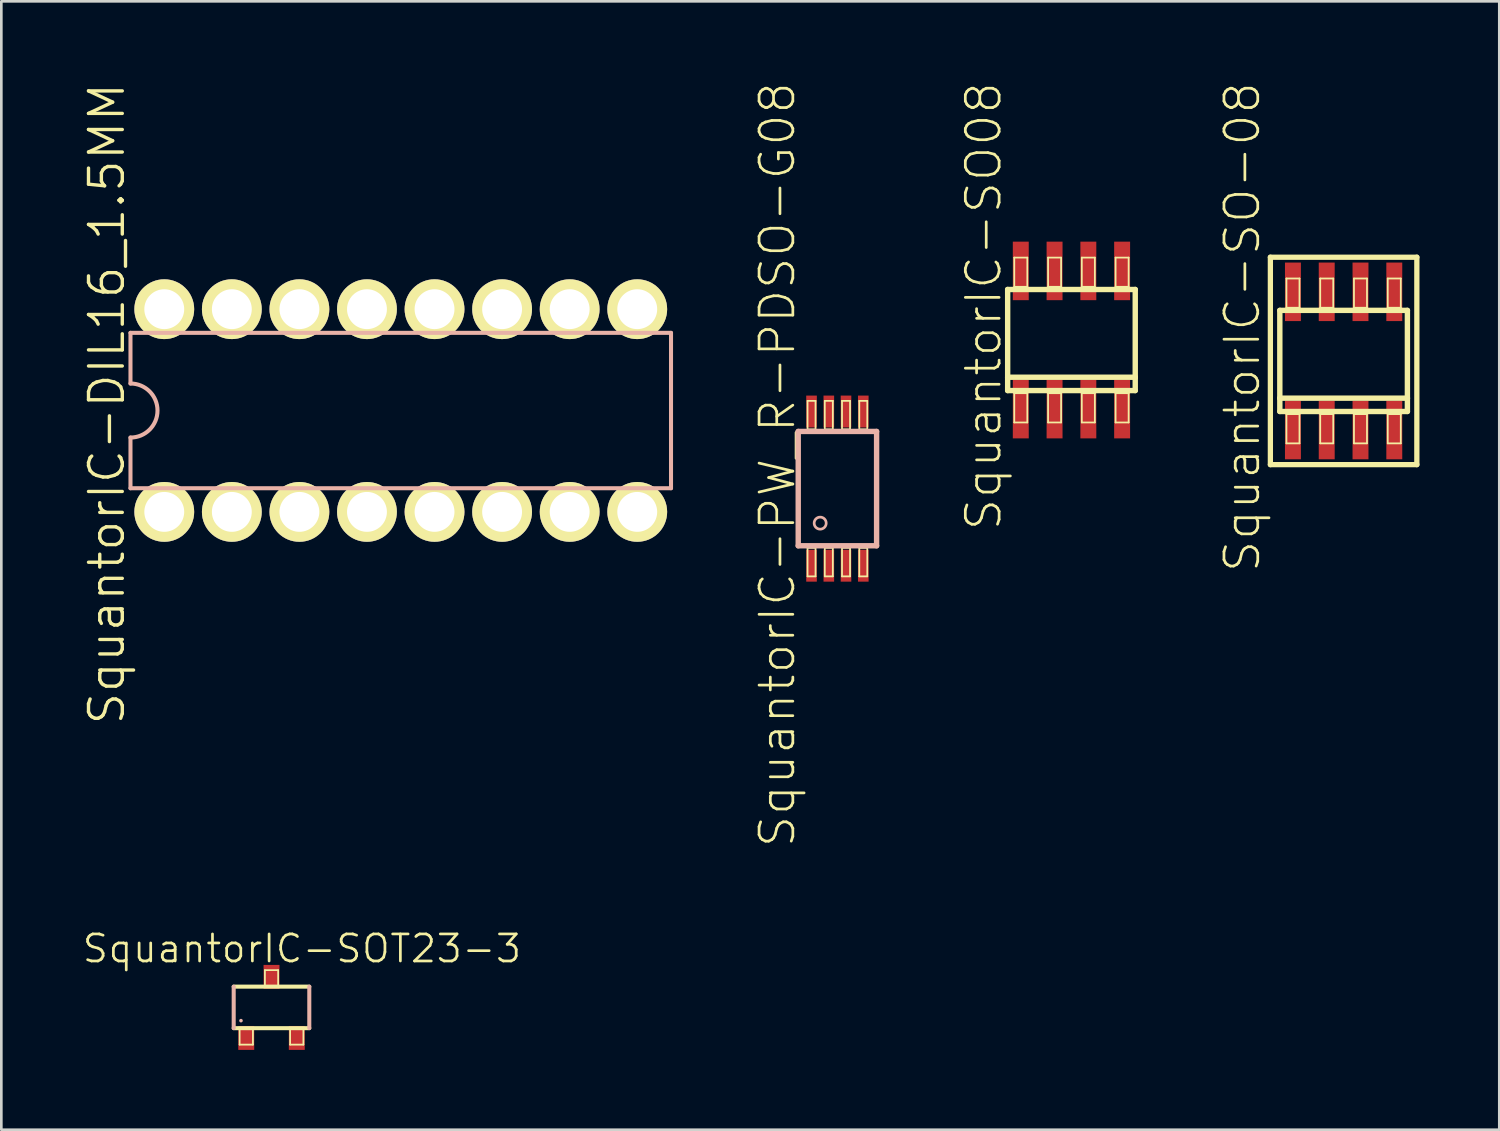
<source format=kicad_pcb>
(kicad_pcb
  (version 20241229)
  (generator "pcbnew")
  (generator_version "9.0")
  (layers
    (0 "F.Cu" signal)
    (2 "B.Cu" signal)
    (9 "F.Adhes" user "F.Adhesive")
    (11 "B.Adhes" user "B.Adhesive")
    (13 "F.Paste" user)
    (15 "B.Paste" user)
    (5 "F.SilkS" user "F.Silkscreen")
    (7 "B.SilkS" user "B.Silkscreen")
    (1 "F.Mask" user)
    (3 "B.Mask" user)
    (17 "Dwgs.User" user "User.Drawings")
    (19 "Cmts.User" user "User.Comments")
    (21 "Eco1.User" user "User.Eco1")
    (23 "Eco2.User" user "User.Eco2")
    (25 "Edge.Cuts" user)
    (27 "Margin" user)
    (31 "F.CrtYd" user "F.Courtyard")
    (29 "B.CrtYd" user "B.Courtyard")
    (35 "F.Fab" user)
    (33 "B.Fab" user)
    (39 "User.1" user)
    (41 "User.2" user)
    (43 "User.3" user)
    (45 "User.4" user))
  (footprint "SquantorIC-SO08"
    (layer "F.Cu")
    (at 37.228 9.732)
    (property "Reference" "SquantorIC-SO08" (at -3.302 -1.27 90) (layer "F.SilkS") (effects (font (size 1.27 1.27) (thickness 0.102))))
    (attr smd)
    (fp_line (start -2.398 -1.9) (end 2.398 -1.9) (stroke (width 0.203) (type solid)) (layer "F.SilkS"))
    (fp_line (start -2.398 1.4) (end -2.398 -1.9) (stroke (width 0.203) (type solid)) (layer "F.SilkS"))
    (fp_line (start -2.398 1.9) (end -2.398 1.4) (stroke (width 0.203) (type solid)) (layer "F.SilkS"))
    (fp_line (start -2.149 -3.099) (end -1.659 -3.099) (stroke (width 0.066) (type solid)) (layer "F.SilkS"))
    (fp_line (start -2.149 -1.999) (end -2.149 -3.099) (stroke (width 0.066) (type solid)) (layer "F.SilkS"))
    (fp_line (start -2.149 -1.999) (end -1.659 -1.999) (stroke (width 0.066) (type solid)) (layer "F.SilkS"))
    (fp_line (start -2.149 1.999) (end -1.659 1.999) (stroke (width 0.066) (type solid)) (layer "F.SilkS"))
    (fp_line (start -2.149 3.099) (end -2.149 1.999) (stroke (width 0.066) (type solid)) (layer "F.SilkS"))
    (fp_line (start -2.149 3.099) (end -1.659 3.099) (stroke (width 0.066) (type solid)) (layer "F.SilkS"))
    (fp_line (start -1.659 -1.999) (end -1.659 -3.099) (stroke (width 0.066) (type solid)) (layer "F.SilkS"))
    (fp_line (start -1.659 3.099) (end -1.659 1.999) (stroke (width 0.066) (type solid)) (layer "F.SilkS"))
    (fp_line (start -0.879 -3.099) (end -0.389 -3.099) (stroke (width 0.066) (type solid)) (layer "F.SilkS"))
    (fp_line (start -0.879 -1.999) (end -0.879 -3.099) (stroke (width 0.066) (type solid)) (layer "F.SilkS"))
    (fp_line (start -0.879 -1.999) (end -0.389 -1.999) (stroke (width 0.066) (type solid)) (layer "F.SilkS"))
    (fp_line (start -0.879 1.999) (end -0.389 1.999) (stroke (width 0.066) (type solid)) (layer "F.SilkS"))
    (fp_line (start -0.879 3.099) (end -0.879 1.999) (stroke (width 0.066) (type solid)) (layer "F.SilkS"))
    (fp_line (start -0.879 3.099) (end -0.389 3.099) (stroke (width 0.066) (type solid)) (layer "F.SilkS"))
    (fp_line (start -0.389 -1.999) (end -0.389 -3.099) (stroke (width 0.066) (type solid)) (layer "F.SilkS"))
    (fp_line (start -0.389 3.099) (end -0.389 1.999) (stroke (width 0.066) (type solid)) (layer "F.SilkS"))
    (fp_line (start 0.389 -3.099) (end 0.879 -3.099) (stroke (width 0.066) (type solid)) (layer "F.SilkS"))
    (fp_line (start 0.389 -1.999) (end 0.389 -3.099) (stroke (width 0.066) (type solid)) (layer "F.SilkS"))
    (fp_line (start 0.389 -1.999) (end 0.879 -1.999) (stroke (width 0.066) (type solid)) (layer "F.SilkS"))
    (fp_line (start 0.389 1.999) (end 0.879 1.999) (stroke (width 0.066) (type solid)) (layer "F.SilkS"))
    (fp_line (start 0.389 3.099) (end 0.389 1.999) (stroke (width 0.066) (type solid)) (layer "F.SilkS"))
    (fp_line (start 0.389 3.099) (end 0.879 3.099) (stroke (width 0.066) (type solid)) (layer "F.SilkS"))
    (fp_line (start 0.879 -1.999) (end 0.879 -3.099) (stroke (width 0.066) (type solid)) (layer "F.SilkS"))
    (fp_line (start 0.879 3.099) (end 0.879 1.999) (stroke (width 0.066) (type solid)) (layer "F.SilkS"))
    (fp_line (start 1.659 -3.099) (end 2.149 -3.099) (stroke (width 0.066) (type solid)) (layer "F.SilkS"))
    (fp_line (start 1.659 -1.999) (end 1.659 -3.099) (stroke (width 0.066) (type solid)) (layer "F.SilkS"))
    (fp_line (start 1.659 -1.999) (end 2.149 -1.999) (stroke (width 0.066) (type solid)) (layer "F.SilkS"))
    (fp_line (start 1.659 1.999) (end 2.149 1.999) (stroke (width 0.066) (type solid)) (layer "F.SilkS"))
    (fp_line (start 1.659 3.099) (end 1.659 1.999) (stroke (width 0.066) (type solid)) (layer "F.SilkS"))
    (fp_line (start 1.659 3.099) (end 2.149 3.099) (stroke (width 0.066) (type solid)) (layer "F.SilkS"))
    (fp_line (start 2.149 -1.999) (end 2.149 -3.099) (stroke (width 0.066) (type solid)) (layer "F.SilkS"))
    (fp_line (start 2.149 3.099) (end 2.149 1.999) (stroke (width 0.066) (type solid)) (layer "F.SilkS"))
    (fp_line (start 2.398 -1.9) (end 2.398 1.4) (stroke (width 0.203) (type solid)) (layer "F.SilkS"))
    (fp_line (start 2.398 1.4) (end -2.398 1.4) (stroke (width 0.203) (type solid)) (layer "F.SilkS"))
    (fp_line (start 2.398 1.4) (end 2.398 1.9) (stroke (width 0.203) (type solid)) (layer "F.SilkS"))
    (fp_line (start 2.398 1.9) (end -2.398 1.9) (stroke (width 0.203) (type solid)) (layer "F.SilkS"))
    (pad "1" smd rect (at -1.905 2.598) (size 0.599 2.2) (layers "F.Cu" "F.Mask" "F.Paste"))
    (pad "2" smd rect (at -0.635 2.598) (size 0.599 2.2) (layers "F.Cu" "F.Mask" "F.Paste"))
    (pad "3" smd rect (at 0.635 2.598) (size 0.599 2.2) (layers "F.Cu" "F.Mask" "F.Paste"))
    (pad "4" smd rect (at 1.905 2.598) (size 0.599 2.2) (layers "F.Cu" "F.Mask" "F.Paste"))
    (pad "5" smd rect (at 1.905 -2.598) (size 0.599 2.2) (layers "F.Cu" "F.Mask" "F.Paste"))
    (pad "6" smd rect (at 0.635 -2.598) (size 0.599 2.2) (layers "F.Cu" "F.Mask" "F.Paste"))
    (pad "7" smd rect (at -0.635 -2.598) (size 0.599 2.2) (layers "F.Cu" "F.Mask" "F.Paste"))
    (pad "8" smd rect (at -1.905 -2.598) (size 0.599 2.2) (layers "F.Cu" "F.Mask" "F.Paste")))
  (footprint "SquantorIC-SOT23-3"
    (layer "F.Cu")
    (at 7.157 34.82)
    (property "Reference" "SquantorIC-SOT23-3" (at 1.143 -2.21 0) (layer "F.SilkS") (effects (font (size 1.016 1.016) (thickness 0.102))))
    (attr smd)
    (fp_line (start -1.422 -0.78) (end 1.42 -0.78) (stroke (width 0.152) (type solid)) (layer "F.SilkS"))
    (fp_line (start -1.199 0.798) (end -0.699 0.798) (stroke (width 0.066) (type solid)) (layer "F.SilkS"))
    (fp_line (start -1.199 1.4) (end -1.199 0.798) (stroke (width 0.066) (type solid)) (layer "F.SilkS"))
    (fp_line (start -1.199 1.4) (end -0.699 1.4) (stroke (width 0.066) (type solid)) (layer "F.SilkS"))
    (fp_line (start -0.699 1.4) (end -0.699 0.798) (stroke (width 0.066) (type solid)) (layer "F.SilkS"))
    (fp_line (start -0.249 -1.4) (end 0.249 -1.4) (stroke (width 0.066) (type solid)) (layer "F.SilkS"))
    (fp_line (start -0.249 -0.798) (end -0.249 -1.4) (stroke (width 0.066) (type solid)) (layer "F.SilkS"))
    (fp_line (start -0.249 -0.798) (end 0.249 -0.798) (stroke (width 0.066) (type solid)) (layer "F.SilkS"))
    (fp_line (start 0.249 -0.798) (end 0.249 -1.4) (stroke (width 0.066) (type solid)) (layer "F.SilkS"))
    (fp_line (start 0.699 0.798) (end 1.199 0.798) (stroke (width 0.066) (type solid)) (layer "F.SilkS"))
    (fp_line (start 0.699 1.4) (end 0.699 0.798) (stroke (width 0.066) (type solid)) (layer "F.SilkS"))
    (fp_line (start 0.699 1.4) (end 1.199 1.4) (stroke (width 0.066) (type solid)) (layer "F.SilkS"))
    (fp_line (start 1.199 1.4) (end 1.199 0.798) (stroke (width 0.066) (type solid)) (layer "F.SilkS"))
    (fp_line (start 1.42 0.78) (end -1.422 0.78) (stroke (width 0.152) (type solid)) (layer "F.SilkS"))
    (fp_line (start -1.422 0.78) (end -1.422 -0.78) (stroke (width 0.152) (type solid)) (layer "B.SilkS"))
    (fp_line (start 1.42 -0.78) (end 1.42 0.78) (stroke (width 0.152) (type solid)) (layer "B.SilkS"))
    (fp_circle (center -1.148 0.498) (end -1.196 0.546) (stroke (width 0) (type solid)) (fill yes) (layer "B.SilkS"))
    (pad "1" smd rect (at -0.95 1.148) (size 0.599 0.899) (layers "F.Cu" "F.Mask" "F.Paste"))
    (pad "2" smd rect (at 0.95 1.148) (size 0.599 0.899) (layers "F.Cu" "F.Mask" "F.Paste"))
    (pad "3" smd rect (at 0 -1.148) (size 0.599 0.899) (layers "F.Cu" "F.Mask" "F.Paste")))
  (footprint "SquantorIC-SO-08"
    (layer "F.Cu")
    (at 47.459 10.518)
    (property "Reference" "SquantorIC-SO-08" (at -3.81 -1.27 90) (layer "F.SilkS") (effects (font (size 1.27 1.27) (thickness 0.102))))
    (attr smd)
    (fp_line (start -2.753 -3.899) (end 2.753 -3.899) (stroke (width 0.198) (type solid)) (layer "F.SilkS"))
    (fp_line (start -2.753 3.899) (end -2.753 -3.899) (stroke (width 0.198) (type solid)) (layer "F.SilkS"))
    (fp_line (start -2.398 -1.9) (end 2.398 -1.9) (stroke (width 0.203) (type solid)) (layer "F.SilkS"))
    (fp_line (start -2.398 1.4) (end -2.398 -1.9) (stroke (width 0.203) (type solid)) (layer "F.SilkS"))
    (fp_line (start -2.398 1.9) (end -2.398 1.4) (stroke (width 0.203) (type solid)) (layer "F.SilkS"))
    (fp_line (start -2.149 -3.099) (end -1.659 -3.099) (stroke (width 0.066) (type solid)) (layer "F.SilkS"))
    (fp_line (start -2.149 -1.999) (end -2.149 -3.099) (stroke (width 0.066) (type solid)) (layer "F.SilkS"))
    (fp_line (start -2.149 -1.999) (end -1.659 -1.999) (stroke (width 0.066) (type solid)) (layer "F.SilkS"))
    (fp_line (start -2.149 1.999) (end -1.659 1.999) (stroke (width 0.066) (type solid)) (layer "F.SilkS"))
    (fp_line (start -2.149 3.099) (end -2.149 1.999) (stroke (width 0.066) (type solid)) (layer "F.SilkS"))
    (fp_line (start -2.149 3.099) (end -1.659 3.099) (stroke (width 0.066) (type solid)) (layer "F.SilkS"))
    (fp_line (start -1.659 -1.999) (end -1.659 -3.099) (stroke (width 0.066) (type solid)) (layer "F.SilkS"))
    (fp_line (start -1.659 3.099) (end -1.659 1.999) (stroke (width 0.066) (type solid)) (layer "F.SilkS"))
    (fp_line (start -0.879 -3.099) (end -0.389 -3.099) (stroke (width 0.066) (type solid)) (layer "F.SilkS"))
    (fp_line (start -0.879 -1.999) (end -0.879 -3.099) (stroke (width 0.066) (type solid)) (layer "F.SilkS"))
    (fp_line (start -0.879 -1.999) (end -0.389 -1.999) (stroke (width 0.066) (type solid)) (layer "F.SilkS"))
    (fp_line (start -0.879 1.999) (end -0.389 1.999) (stroke (width 0.066) (type solid)) (layer "F.SilkS"))
    (fp_line (start -0.879 3.099) (end -0.879 1.999) (stroke (width 0.066) (type solid)) (layer "F.SilkS"))
    (fp_line (start -0.879 3.099) (end -0.389 3.099) (stroke (width 0.066) (type solid)) (layer "F.SilkS"))
    (fp_line (start -0.389 -1.999) (end -0.389 -3.099) (stroke (width 0.066) (type solid)) (layer "F.SilkS"))
    (fp_line (start -0.389 3.099) (end -0.389 1.999) (stroke (width 0.066) (type solid)) (layer "F.SilkS"))
    (fp_line (start 0.389 -3.099) (end 0.879 -3.099) (stroke (width 0.066) (type solid)) (layer "F.SilkS"))
    (fp_line (start 0.389 -1.999) (end 0.389 -3.099) (stroke (width 0.066) (type solid)) (layer "F.SilkS"))
    (fp_line (start 0.389 -1.999) (end 0.879 -1.999) (stroke (width 0.066) (type solid)) (layer "F.SilkS"))
    (fp_line (start 0.389 1.999) (end 0.879 1.999) (stroke (width 0.066) (type solid)) (layer "F.SilkS"))
    (fp_line (start 0.389 3.099) (end 0.389 1.999) (stroke (width 0.066) (type solid)) (layer "F.SilkS"))
    (fp_line (start 0.389 3.099) (end 0.879 3.099) (stroke (width 0.066) (type solid)) (layer "F.SilkS"))
    (fp_line (start 0.879 -1.999) (end 0.879 -3.099) (stroke (width 0.066) (type solid)) (layer "F.SilkS"))
    (fp_line (start 0.879 3.099) (end 0.879 1.999) (stroke (width 0.066) (type solid)) (layer "F.SilkS"))
    (fp_line (start 1.659 -3.099) (end 2.149 -3.099) (stroke (width 0.066) (type solid)) (layer "F.SilkS"))
    (fp_line (start 1.659 -1.999) (end 1.659 -3.099) (stroke (width 0.066) (type solid)) (layer "F.SilkS"))
    (fp_line (start 1.659 -1.999) (end 2.149 -1.999) (stroke (width 0.066) (type solid)) (layer "F.SilkS"))
    (fp_line (start 1.659 1.999) (end 2.149 1.999) (stroke (width 0.066) (type solid)) (layer "F.SilkS"))
    (fp_line (start 1.659 3.099) (end 1.659 1.999) (stroke (width 0.066) (type solid)) (layer "F.SilkS"))
    (fp_line (start 1.659 3.099) (end 2.149 3.099) (stroke (width 0.066) (type solid)) (layer "F.SilkS"))
    (fp_line (start 2.149 -1.999) (end 2.149 -3.099) (stroke (width 0.066) (type solid)) (layer "F.SilkS"))
    (fp_line (start 2.149 3.099) (end 2.149 1.999) (stroke (width 0.066) (type solid)) (layer "F.SilkS"))
    (fp_line (start 2.398 -1.9) (end 2.398 1.4) (stroke (width 0.203) (type solid)) (layer "F.SilkS"))
    (fp_line (start 2.398 1.4) (end -2.398 1.4) (stroke (width 0.203) (type solid)) (layer "F.SilkS"))
    (fp_line (start 2.398 1.4) (end 2.398 1.9) (stroke (width 0.203) (type solid)) (layer "F.SilkS"))
    (fp_line (start 2.398 1.9) (end -2.398 1.9) (stroke (width 0.203) (type solid)) (layer "F.SilkS"))
    (fp_line (start 2.753 -3.899) (end 2.753 3.899) (stroke (width 0.198) (type solid)) (layer "F.SilkS"))
    (fp_line (start 2.753 3.899) (end -2.753 3.899) (stroke (width 0.198) (type solid)) (layer "F.SilkS"))
    (pad "1" smd rect (at -1.905 2.598) (size 0.599 2.2) (layers "F.Cu" "F.Mask" "F.Paste"))
    (pad "2" smd rect (at -0.635 2.598) (size 0.599 2.2) (layers "F.Cu" "F.Mask" "F.Paste"))
    (pad "3" smd rect (at 0.635 2.598) (size 0.599 2.2) (layers "F.Cu" "F.Mask" "F.Paste"))
    (pad "4" smd rect (at 1.905 2.598) (size 0.599 2.2) (layers "F.Cu" "F.Mask" "F.Paste"))
    (pad "5" smd rect (at 1.905 -2.598) (size 0.599 2.2) (layers "F.Cu" "F.Mask" "F.Paste"))
    (pad "6" smd rect (at 0.635 -2.598) (size 0.599 2.2) (layers "F.Cu" "F.Mask" "F.Paste"))
    (pad "7" smd rect (at -0.635 -2.598) (size 0.599 2.2) (layers "F.Cu" "F.Mask" "F.Paste"))
    (pad "8" smd rect (at -1.905 -2.598) (size 0.599 2.2) (layers "F.Cu" "F.Mask" "F.Paste")))
  (footprint "SquantorIC-DIL16_1.5MM"
    (layer "F.Cu")
    (at 12.015 12.383)
    (property "Reference" "SquantorIC-DIL16_1.5MM" (at -11.049 -0.254 90) (layer "F.SilkS") (effects (font (size 1.27 1.27) (thickness 0.127))))
    (attr exclude_from_pos_files exclude_from_bom)
    (fp_line (start -10.16 -2.921) (end -10.16 -1.016) (stroke (width 0.152) (type solid)) (layer "B.SilkS"))
    (fp_line (start -10.16 2.921) (end -10.16 1.016) (stroke (width 0.152) (type solid)) (layer "B.SilkS"))
    (fp_line (start -10.16 2.921) (end 10.16 2.921) (stroke (width 0.152) (type solid)) (layer "B.SilkS"))
    (fp_line (start 10.16 -2.921) (end -10.16 -2.921) (stroke (width 0.152) (type solid)) (layer "B.SilkS"))
    (fp_line (start 10.16 -2.921) (end 10.16 2.921) (stroke (width 0.152) (type solid)) (layer "B.SilkS"))
    (fp_arc (start -10.16 -1.016) (mid -9.144 0) (end -10.16 1.016) (stroke (width 0.1524) (type solid)) (layer "B.SilkS"))
    (pad "1" thru_hole circle (at -8.89 3.81) (size 2.248 2.248) (drill 1.499) (layers "*.Cu" "F.Mask" "F.SilkS" "F.Paste"))
    (pad "2" thru_hole circle (at -6.35 3.81) (size 2.248 2.248) (drill 1.499) (layers "*.Cu" "F.Mask" "F.SilkS" "F.Paste"))
    (pad "3" thru_hole circle (at -3.81 3.81) (size 2.248 2.248) (drill 1.499) (layers "*.Cu" "F.Mask" "F.SilkS" "F.Paste"))
    (pad "4" thru_hole circle (at -1.27 3.81) (size 2.248 2.248) (drill 1.499) (layers "*.Cu" "F.Mask" "F.SilkS" "F.Paste"))
    (pad "5" thru_hole circle (at 1.27 3.81) (size 2.248 2.248) (drill 1.499) (layers "*.Cu" "F.Mask" "F.SilkS" "F.Paste"))
    (pad "6" thru_hole circle (at 3.81 3.81) (size 2.248 2.248) (drill 1.499) (layers "*.Cu" "F.Mask" "F.SilkS" "F.Paste"))
    (pad "7" thru_hole circle (at 6.35 3.81) (size 2.248 2.248) (drill 1.499) (layers "*.Cu" "F.Mask" "F.SilkS" "F.Paste"))
    (pad "8" thru_hole circle (at 8.89 3.81) (size 2.248 2.248) (drill 1.499) (layers "*.Cu" "F.Mask" "F.SilkS" "F.Paste"))
    (pad "9" thru_hole circle (at 8.89 -3.81) (size 2.248 2.248) (drill 1.499) (layers "*.Cu" "F.Mask" "F.SilkS" "F.Paste"))
    (pad "10" thru_hole circle (at 6.35 -3.81) (size 2.248 2.248) (drill 1.499) (layers "*.Cu" "F.Mask" "F.SilkS" "F.Paste"))
    (pad "11" thru_hole circle (at 3.81 -3.81) (size 2.248 2.248) (drill 1.499) (layers "*.Cu" "F.Mask" "F.SilkS" "F.Paste"))
    (pad "12" thru_hole circle (at 1.27 -3.81) (size 2.248 2.248) (drill 1.499) (layers "*.Cu" "F.Mask" "F.SilkS" "F.Paste"))
    (pad "13" thru_hole circle (at -1.27 -3.81) (size 2.248 2.248) (drill 1.499) (layers "*.Cu" "F.Mask" "F.SilkS" "F.Paste"))
    (pad "14" thru_hole circle (at -3.81 -3.81) (size 2.248 2.248) (drill 1.499) (layers "*.Cu" "F.Mask" "F.SilkS" "F.Paste"))
    (pad "15" thru_hole circle (at -6.35 -3.81) (size 2.248 2.248) (drill 1.499) (layers "*.Cu" "F.Mask" "F.SilkS" "F.Paste"))
    (pad "16" thru_hole circle (at -8.89 -3.81) (size 2.248 2.248) (drill 1.499) (layers "*.Cu" "F.Mask" "F.SilkS" "F.Paste")))
  (footprint "SquantorIC-PW_R-PDSO-G08"
    (layer "F.Cu")
    (at 28.43 15.318)
    (property "Reference" "SquantorIC-PW_R-PDSO-G08" (at -2.258 -0.899 90) (layer "F.SilkS") (effects (font (size 1.27 1.27) (thickness 0.102))))
    (attr smd)
    (fp_line (start -1.123 -3.299) (end -0.823 -3.299) (stroke (width 0.066) (type solid)) (layer "F.SilkS"))
    (fp_line (start -1.123 -2.228) (end -1.123 -3.299) (stroke (width 0.066) (type solid)) (layer "F.SilkS"))
    (fp_line (start -1.123 -2.228) (end -0.823 -2.228) (stroke (width 0.066) (type solid)) (layer "F.SilkS"))
    (fp_line (start -1.123 2.228) (end -0.823 2.228) (stroke (width 0.066) (type solid)) (layer "F.SilkS"))
    (fp_line (start -1.123 3.299) (end -1.123 2.228) (stroke (width 0.066) (type solid)) (layer "F.SilkS"))
    (fp_line (start -1.123 3.299) (end -0.823 3.299) (stroke (width 0.066) (type solid)) (layer "F.SilkS"))
    (fp_line (start -0.823 -2.228) (end -0.823 -3.299) (stroke (width 0.066) (type solid)) (layer "F.SilkS"))
    (fp_line (start -0.823 3.299) (end -0.823 2.228) (stroke (width 0.066) (type solid)) (layer "F.SilkS"))
    (fp_line (start -0.475 -3.299) (end -0.173 -3.299) (stroke (width 0.066) (type solid)) (layer "F.SilkS"))
    (fp_line (start -0.475 -2.228) (end -0.475 -3.299) (stroke (width 0.066) (type solid)) (layer "F.SilkS"))
    (fp_line (start -0.475 -2.228) (end -0.173 -2.228) (stroke (width 0.066) (type solid)) (layer "F.SilkS"))
    (fp_line (start -0.475 2.228) (end -0.173 2.228) (stroke (width 0.066) (type solid)) (layer "F.SilkS"))
    (fp_line (start -0.475 3.299) (end -0.475 2.228) (stroke (width 0.066) (type solid)) (layer "F.SilkS"))
    (fp_line (start -0.475 3.299) (end -0.173 3.299) (stroke (width 0.066) (type solid)) (layer "F.SilkS"))
    (fp_line (start -0.173 -2.228) (end -0.173 -3.299) (stroke (width 0.066) (type solid)) (layer "F.SilkS"))
    (fp_line (start -0.173 3.299) (end -0.173 2.228) (stroke (width 0.066) (type solid)) (layer "F.SilkS"))
    (fp_line (start 0.173 -3.299) (end 0.475 -3.299) (stroke (width 0.066) (type solid)) (layer "F.SilkS"))
    (fp_line (start 0.173 -2.228) (end 0.173 -3.299) (stroke (width 0.066) (type solid)) (layer "F.SilkS"))
    (fp_line (start 0.173 -2.228) (end 0.475 -2.228) (stroke (width 0.066) (type solid)) (layer "F.SilkS"))
    (fp_line (start 0.173 2.228) (end 0.475 2.228) (stroke (width 0.066) (type solid)) (layer "F.SilkS"))
    (fp_line (start 0.173 3.299) (end 0.173 2.228) (stroke (width 0.066) (type solid)) (layer "F.SilkS"))
    (fp_line (start 0.173 3.299) (end 0.475 3.299) (stroke (width 0.066) (type solid)) (layer "F.SilkS"))
    (fp_line (start 0.475 -2.228) (end 0.475 -3.299) (stroke (width 0.066) (type solid)) (layer "F.SilkS"))
    (fp_line (start 0.475 3.299) (end 0.475 2.228) (stroke (width 0.066) (type solid)) (layer "F.SilkS"))
    (fp_line (start 0.823 -3.299) (end 1.123 -3.299) (stroke (width 0.066) (type solid)) (layer "F.SilkS"))
    (fp_line (start 0.823 -2.228) (end 0.823 -3.299) (stroke (width 0.066) (type solid)) (layer "F.SilkS"))
    (fp_line (start 0.823 -2.228) (end 1.123 -2.228) (stroke (width 0.066) (type solid)) (layer "F.SilkS"))
    (fp_line (start 0.823 2.228) (end 1.123 2.228) (stroke (width 0.066) (type solid)) (layer "F.SilkS"))
    (fp_line (start 0.823 3.299) (end 0.823 2.228) (stroke (width 0.066) (type solid)) (layer "F.SilkS"))
    (fp_line (start 0.823 3.299) (end 1.123 3.299) (stroke (width 0.066) (type solid)) (layer "F.SilkS"))
    (fp_line (start 1.123 -2.228) (end 1.123 -3.299) (stroke (width 0.066) (type solid)) (layer "F.SilkS"))
    (fp_line (start 1.123 3.299) (end 1.123 2.228) (stroke (width 0.066) (type solid)) (layer "F.SilkS"))
    (fp_line (start -1.473 -2.149) (end 1.473 -2.149) (stroke (width 0.203) (type solid)) (layer "B.SilkS"))
    (fp_line (start -1.473 2.149) (end -1.473 -2.149) (stroke (width 0.203) (type solid)) (layer "B.SilkS"))
    (fp_line (start 1.473 -2.149) (end 1.473 2.149) (stroke (width 0.203) (type solid)) (layer "B.SilkS"))
    (fp_line (start 1.473 2.149) (end -1.473 2.149) (stroke (width 0.203) (type solid)) (layer "B.SilkS"))
    (fp_circle (center -0.648 1.298) (end -0.808 1.458) (stroke (width 0.102) (type solid)) (fill no) (layer "B.SilkS"))
    (pad "1" smd rect (at -0.973 2.898) (size 0.399 1.199) (layers "F.Cu" "F.Mask" "F.Paste"))
    (pad "2" smd rect (at -0.323 2.898) (size 0.399 1.199) (layers "F.Cu" "F.Mask" "F.Paste"))
    (pad "3" smd rect (at 0.323 2.898) (size 0.399 1.199) (layers "F.Cu" "F.Mask" "F.Paste"))
    (pad "4" smd rect (at 0.973 2.898) (size 0.399 1.199) (layers "F.Cu" "F.Mask" "F.Paste"))
    (pad "5" smd rect (at 0.973 -2.898 180) (size 0.399 1.199) (layers "F.Cu" "F.Mask" "F.Paste"))
    (pad "6" smd rect (at 0.323 -2.898 180) (size 0.399 1.199) (layers "F.Cu" "F.Mask" "F.Paste"))
    (pad "7" smd rect (at -0.323 -2.898 180) (size 0.399 1.199) (layers "F.Cu" "F.Mask" "F.Paste"))
    (pad "8" smd rect (at -0.973 -2.898 180) (size 0.399 1.199) (layers "F.Cu" "F.Mask" "F.Paste")))
  (gr_rect
    (start -3 -3)
    (end 53.311 39.418)
    (stroke (width 0.1) (type default))
    (fill no)
    (layer "Edge.Cuts")))
</source>
